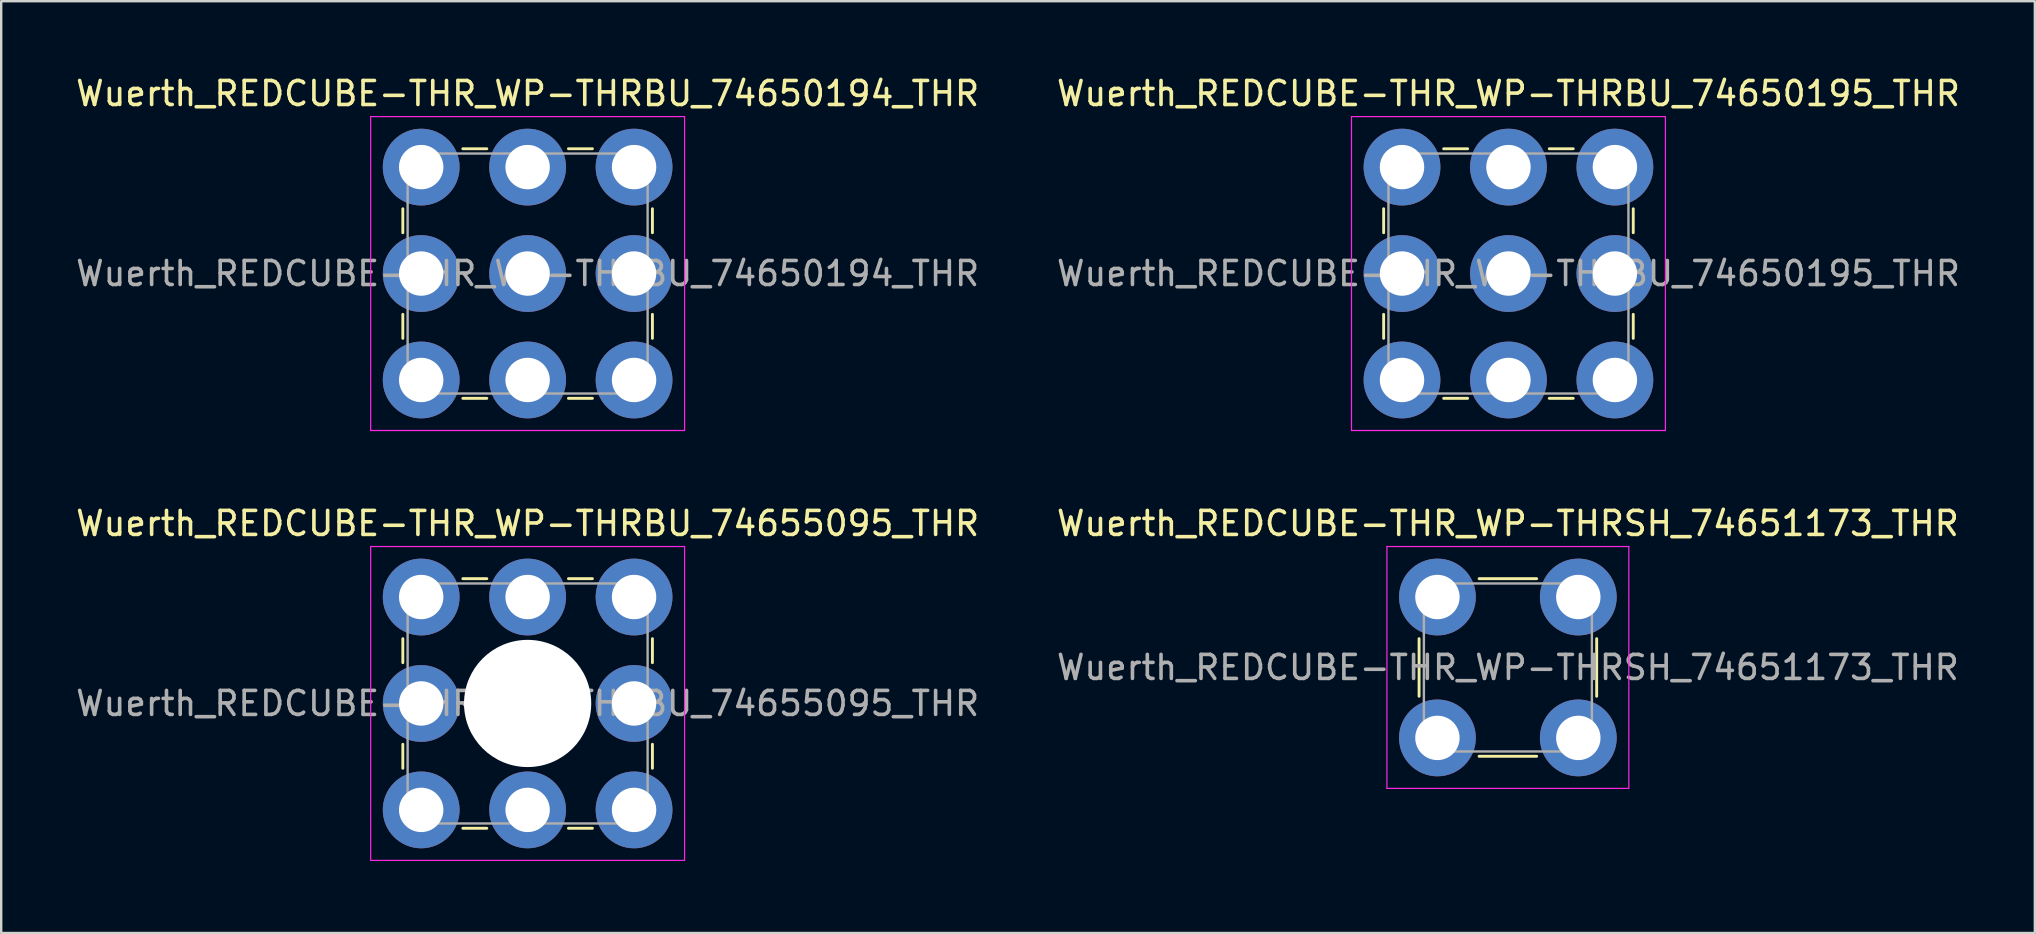
<source format=kicad_pcb>
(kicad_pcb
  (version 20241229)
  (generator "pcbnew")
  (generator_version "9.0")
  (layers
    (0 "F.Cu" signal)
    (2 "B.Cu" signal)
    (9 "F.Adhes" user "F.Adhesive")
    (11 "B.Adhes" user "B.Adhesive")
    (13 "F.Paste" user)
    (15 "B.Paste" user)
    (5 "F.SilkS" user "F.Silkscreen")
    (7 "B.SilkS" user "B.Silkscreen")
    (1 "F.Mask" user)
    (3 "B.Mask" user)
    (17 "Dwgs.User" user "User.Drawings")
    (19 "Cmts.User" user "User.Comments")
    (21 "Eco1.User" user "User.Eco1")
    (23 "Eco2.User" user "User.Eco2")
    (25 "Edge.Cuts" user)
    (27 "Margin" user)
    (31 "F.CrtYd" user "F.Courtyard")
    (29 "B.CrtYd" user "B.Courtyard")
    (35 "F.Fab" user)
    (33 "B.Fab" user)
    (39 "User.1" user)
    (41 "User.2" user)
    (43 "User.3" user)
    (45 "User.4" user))
  (footprint "Wuerth_REDCUBE-THR_WP-THRBU_74655095_THR"
    (layer "F.Cu")
    (at 18.935 26.262)
    (property "Reference" "Wuerth_REDCUBE-THR_WP-THRBU_74655095_THR" (at 0 -7.5 0) (layer "F.SilkS") (effects (font (size 1 1) (thickness 0.15))))
    (attr smd)
    (fp_line (start -5.2 -2.7) (end -5.2 -1.7) (stroke (width 0.12) (type solid)) (layer "F.SilkS"))
    (fp_line (start -5.2 1.7) (end -5.2 2.7) (stroke (width 0.12) (type solid)) (layer "F.SilkS"))
    (fp_line (start -2.7 -5.2) (end -1.7 -5.2) (stroke (width 0.12) (type solid)) (layer "F.SilkS"))
    (fp_line (start -2.7 5.2) (end -1.7 5.2) (stroke (width 0.12) (type solid)) (layer "F.SilkS"))
    (fp_line (start 1.7 -5.2) (end 2.7 -5.2) (stroke (width 0.12) (type solid)) (layer "F.SilkS"))
    (fp_line (start 1.7 5.2) (end 2.7 5.2) (stroke (width 0.12) (type solid)) (layer "F.SilkS"))
    (fp_line (start 5.2 -1.7) (end 5.2 -2.7) (stroke (width 0.12) (type solid)) (layer "F.SilkS"))
    (fp_line (start 5.2 2.7) (end 5.2 1.7) (stroke (width 0.12) (type solid)) (layer "F.SilkS"))
    (fp_line (start -6.54 -6.54) (end 6.54 -6.54) (stroke (width 0.05) (type solid)) (layer "F.CrtYd"))
    (fp_line (start -6.54 6.54) (end -6.54 -6.54) (stroke (width 0.05) (type solid)) (layer "F.CrtYd"))
    (fp_line (start 6.54 -6.54) (end 6.54 6.54) (stroke (width 0.05) (type solid)) (layer "F.CrtYd"))
    (fp_line (start 6.54 6.54) (end -6.54 6.54) (stroke (width 0.05) (type solid)) (layer "F.CrtYd"))
    (fp_line (start -5 -5) (end 5 -5) (stroke (width 0.1) (type solid)) (layer "F.Fab"))
    (fp_line (start -5 5) (end -5 -5) (stroke (width 0.1) (type solid)) (layer "F.Fab"))
    (fp_line (start 5 -5) (end 5 5) (stroke (width 0.1) (type solid)) (layer "F.Fab"))
    (fp_line (start 5 5) (end -5 5) (stroke (width 0.1) (type solid)) (layer "F.Fab"))
    (fp_text user "${REFERENCE}" (at 0 0 0) (layer "F.Fab") (effects (font (size 1 1) (thickness 0.15))))
    (pad "" smd circle (at -4.435 -4.435) (size 3.1 3.1) (layers "F.Paste"))
    (pad "" smd circle (at -4.435 0) (size 3.1 3.1) (layers "F.Paste"))
    (pad "" smd circle (at -4.435 4.435) (size 3.1 3.1) (layers "F.Paste"))
    (pad "" smd circle (at 0 -4.435) (size 3.1 3.1) (layers "F.Paste"))
    (pad "" np_thru_hole circle (at 0 0) (size 5.3 5.3) (drill 5.3) (layers "*.Cu" "*.Mask"))
    (pad "" smd circle (at 0 4.435) (size 3.1 3.1) (layers "F.Paste"))
    (pad "" smd circle (at 4.435 -4.435) (size 3.1 3.1) (layers "F.Paste"))
    (pad "" smd circle (at 4.435 0) (size 3.1 3.1) (layers "F.Paste"))
    (pad "" smd circle (at 4.435 4.435) (size 3.1 3.1) (layers "F.Paste"))
    (pad "1" thru_hole circle (at -4.435 -4.435) (size 3.2 3.2) (drill 1.85) (layers "*.Cu" "*.Mask"))
    (pad "1" thru_hole circle (at -4.435 0) (size 3.2 3.2) (drill 1.85) (layers "*.Cu" "*.Mask"))
    (pad "1" thru_hole circle (at -4.435 4.435) (size 3.2 3.2) (drill 1.85) (layers "*.Cu" "*.Mask"))
    (pad "1" thru_hole circle (at 0 -4.435) (size 3.2 3.2) (drill 1.85) (layers "*.Cu" "*.Mask"))
    (pad "1" thru_hole circle (at 0 4.435) (size 3.2 3.2) (drill 1.85) (layers "*.Cu" "*.Mask"))
    (pad "1" thru_hole circle (at 4.435 -4.435) (size 3.2 3.2) (drill 1.85) (layers "*.Cu" "*.Mask"))
    (pad "1" thru_hole circle (at 4.435 0) (size 3.2 3.2) (drill 1.85) (layers "*.Cu" "*.Mask"))
    (pad "1" thru_hole circle (at 4.435 4.435) (size 3.2 3.2) (drill 1.85) (layers "*.Cu" "*.Mask")))
  (footprint "Wuerth_REDCUBE-THR_WP-THRBU_74650195_THR"
    (layer "F.Cu")
    (at 59.804 8.348)
    (property "Reference" "Wuerth_REDCUBE-THR_WP-THRBU_74650195_THR" (at 0 -7.5 0) (layer "F.SilkS") (effects (font (size 1 1) (thickness 0.15))))
    (attr through_hole)
    (fp_line (start -5.2 -2.7) (end -5.2 -1.7) (stroke (width 0.12) (type solid)) (layer "F.SilkS"))
    (fp_line (start -5.2 1.7) (end -5.2 2.7) (stroke (width 0.12) (type solid)) (layer "F.SilkS"))
    (fp_line (start -2.7 -5.2) (end -1.7 -5.2) (stroke (width 0.12) (type solid)) (layer "F.SilkS"))
    (fp_line (start -2.7 5.2) (end -1.7 5.2) (stroke (width 0.12) (type solid)) (layer "F.SilkS"))
    (fp_line (start 1.7 -5.2) (end 2.7 -5.2) (stroke (width 0.12) (type solid)) (layer "F.SilkS"))
    (fp_line (start 1.7 5.2) (end 2.7 5.2) (stroke (width 0.12) (type solid)) (layer "F.SilkS"))
    (fp_line (start 5.2 -1.7) (end 5.2 -2.7) (stroke (width 0.12) (type solid)) (layer "F.SilkS"))
    (fp_line (start 5.2 2.7) (end 5.2 1.7) (stroke (width 0.12) (type solid)) (layer "F.SilkS"))
    (fp_line (start -6.54 -6.54) (end 6.54 -6.54) (stroke (width 0.05) (type solid)) (layer "F.CrtYd"))
    (fp_line (start -6.54 6.54) (end -6.54 -6.54) (stroke (width 0.05) (type solid)) (layer "F.CrtYd"))
    (fp_line (start 6.54 -6.54) (end 6.54 6.54) (stroke (width 0.05) (type solid)) (layer "F.CrtYd"))
    (fp_line (start 6.54 6.54) (end -6.54 6.54) (stroke (width 0.05) (type solid)) (layer "F.CrtYd"))
    (fp_line (start -5 -5) (end 5 -5) (stroke (width 0.1) (type solid)) (layer "F.Fab"))
    (fp_line (start -5 5) (end -5 -5) (stroke (width 0.1) (type solid)) (layer "F.Fab"))
    (fp_line (start 5 -5) (end 5 5) (stroke (width 0.1) (type solid)) (layer "F.Fab"))
    (fp_line (start 5 5) (end -5 5) (stroke (width 0.1) (type solid)) (layer "F.Fab"))
    (fp_text user "${REFERENCE}" (at 0 0 0) (layer "F.Fab") (effects (font (size 1 1) (thickness 0.15))))
    (pad "" smd circle (at -4.435 -4.435) (size 3.1 3.1) (layers "F.Paste"))
    (pad "" smd circle (at -4.435 0) (size 3.1 3.1) (layers "F.Paste"))
    (pad "" smd circle (at -4.435 4.435) (size 3.1 3.1) (layers "F.Paste"))
    (pad "" smd circle (at 0 -4.435) (size 3.1 3.1) (layers "F.Paste"))
    (pad "" smd circle (at 0 0) (size 3.1 3.1) (layers "F.Paste"))
    (pad "" smd circle (at 0 4.435) (size 3.1 3.1) (layers "F.Paste"))
    (pad "" smd circle (at 4.435 -4.435) (size 3.1 3.1) (layers "F.Paste"))
    (pad "" smd circle (at 4.435 0) (size 3.1 3.1) (layers "F.Paste"))
    (pad "" smd circle (at 4.435 4.435) (size 3.1 3.1) (layers "F.Paste"))
    (pad "1" thru_hole circle (at -4.435 -4.435) (size 3.2 3.2) (drill 1.85) (layers "*.Cu" "*.Mask"))
    (pad "1" thru_hole circle (at -4.435 0) (size 3.2 3.2) (drill 1.85) (layers "*.Cu" "*.Mask"))
    (pad "1" thru_hole circle (at -4.435 4.435) (size 3.2 3.2) (drill 1.85) (layers "*.Cu" "*.Mask"))
    (pad "1" thru_hole circle (at 0 -4.435) (size 3.2 3.2) (drill 1.85) (layers "*.Cu" "*.Mask"))
    (pad "1" thru_hole circle (at 0 0) (size 3.2 3.2) (drill 1.85) (layers "*.Cu" "*.Mask"))
    (pad "1" thru_hole circle (at 0 4.435) (size 3.2 3.2) (drill 1.85) (layers "*.Cu" "*.Mask"))
    (pad "1" thru_hole circle (at 4.435 -4.435) (size 3.2 3.2) (drill 1.85) (layers "*.Cu" "*.Mask"))
    (pad "1" thru_hole circle (at 4.435 0) (size 3.2 3.2) (drill 1.85) (layers "*.Cu" "*.Mask"))
    (pad "1" thru_hole circle (at 4.435 4.435) (size 3.2 3.2) (drill 1.85) (layers "*.Cu" "*.Mask")))
  (footprint "Wuerth_REDCUBE-THR_WP-THRSH_74651173_THR"
    (layer "F.Cu")
    (at 59.78 24.762)
    (property "Reference" "Wuerth_REDCUBE-THR_WP-THRSH_74651173_THR" (at 0 -6 0) (layer "F.SilkS") (effects (font (size 1 1) (thickness 0.15))))
    (attr smd)
    (fp_line (start -3.7 1.2) (end -3.7 -1.2) (stroke (width 0.12) (type solid)) (layer "F.SilkS"))
    (fp_line (start -1.2 -3.7) (end 1.2 -3.7) (stroke (width 0.12) (type solid)) (layer "F.SilkS"))
    (fp_line (start 1.2 3.7) (end -1.2 3.7) (stroke (width 0.12) (type solid)) (layer "F.SilkS"))
    (fp_line (start 3.7 -1.2) (end 3.7 1.2) (stroke (width 0.12) (type solid)) (layer "F.SilkS"))
    (fp_line (start -5.04 -5.04) (end 5.04 -5.04) (stroke (width 0.05) (type solid)) (layer "F.CrtYd"))
    (fp_line (start -5.04 5.04) (end -5.04 -5.04) (stroke (width 0.05) (type solid)) (layer "F.CrtYd"))
    (fp_line (start 5.04 -5.04) (end 5.04 5.04) (stroke (width 0.05) (type solid)) (layer "F.CrtYd"))
    (fp_line (start 5.04 5.04) (end -5.04 5.04) (stroke (width 0.05) (type solid)) (layer "F.CrtYd"))
    (fp_line (start -3.5 -3.5) (end 3.5 -3.5) (stroke (width 0.1) (type solid)) (layer "F.Fab"))
    (fp_line (start -3.5 3.5) (end -3.5 -3.5) (stroke (width 0.1) (type solid)) (layer "F.Fab"))
    (fp_line (start 3.5 -3.5) (end 3.5 3.5) (stroke (width 0.1) (type solid)) (layer "F.Fab"))
    (fp_line (start 3.5 3.5) (end -3.5 3.5) (stroke (width 0.1) (type solid)) (layer "F.Fab"))
    (fp_text user "${REFERENCE}" (at 0 0 0) (layer "F.Fab") (effects (font (size 1 1) (thickness 0.15))))
    (pad "" smd circle (at -2.935 -2.935) (size 3.1 3.1) (layers "F.Paste"))
    (pad "" smd circle (at -2.935 2.935) (size 3.1 3.1) (layers "F.Paste"))
    (pad "" smd circle (at 2.935 -2.935) (size 3.1 3.1) (layers "F.Paste"))
    (pad "" smd circle (at 2.935 2.935) (size 3.1 3.1) (layers "F.Paste"))
    (pad "1" thru_hole circle (at -2.935 -2.935) (size 3.2 3.2) (drill 1.85) (layers "*.Cu" "*.Mask"))
    (pad "1" thru_hole circle (at -2.935 2.935) (size 3.2 3.2) (drill 1.85) (layers "*.Cu" "*.Mask"))
    (pad "1" thru_hole circle (at 2.935 -2.935) (size 3.2 3.2) (drill 1.85) (layers "*.Cu" "*.Mask"))
    (pad "1" thru_hole circle (at 2.935 2.935) (size 3.2 3.2) (drill 1.85) (layers "*.Cu" "*.Mask")))
  (footprint "Wuerth_REDCUBE-THR_WP-THRBU_74650194_THR"
    (layer "F.Cu")
    (at 18.935 8.348)
    (property "Reference" "Wuerth_REDCUBE-THR_WP-THRBU_74650194_THR" (at 0 -7.5 0) (layer "F.SilkS") (effects (font (size 1 1) (thickness 0.15))))
    (attr smd)
    (fp_line (start -5.2 -2.7) (end -5.2 -1.7) (stroke (width 0.12) (type solid)) (layer "F.SilkS"))
    (fp_line (start -5.2 1.7) (end -5.2 2.7) (stroke (width 0.12) (type solid)) (layer "F.SilkS"))
    (fp_line (start -2.7 -5.2) (end -1.7 -5.2) (stroke (width 0.12) (type solid)) (layer "F.SilkS"))
    (fp_line (start -2.7 5.2) (end -1.7 5.2) (stroke (width 0.12) (type solid)) (layer "F.SilkS"))
    (fp_line (start 1.7 -5.2) (end 2.7 -5.2) (stroke (width 0.12) (type solid)) (layer "F.SilkS"))
    (fp_line (start 1.7 5.2) (end 2.7 5.2) (stroke (width 0.12) (type solid)) (layer "F.SilkS"))
    (fp_line (start 5.2 -1.7) (end 5.2 -2.7) (stroke (width 0.12) (type solid)) (layer "F.SilkS"))
    (fp_line (start 5.2 2.7) (end 5.2 1.7) (stroke (width 0.12) (type solid)) (layer "F.SilkS"))
    (fp_line (start -6.54 -6.54) (end 6.54 -6.54) (stroke (width 0.05) (type solid)) (layer "F.CrtYd"))
    (fp_line (start -6.54 6.54) (end -6.54 -6.54) (stroke (width 0.05) (type solid)) (layer "F.CrtYd"))
    (fp_line (start 6.54 -6.54) (end 6.54 6.54) (stroke (width 0.05) (type solid)) (layer "F.CrtYd"))
    (fp_line (start 6.54 6.54) (end -6.54 6.54) (stroke (width 0.05) (type solid)) (layer "F.CrtYd"))
    (fp_line (start -5 -5) (end 5 -5) (stroke (width 0.1) (type solid)) (layer "F.Fab"))
    (fp_line (start -5 5) (end -5 -5) (stroke (width 0.1) (type solid)) (layer "F.Fab"))
    (fp_line (start 5 -5) (end 5 5) (stroke (width 0.1) (type solid)) (layer "F.Fab"))
    (fp_line (start 5 5) (end -5 5) (stroke (width 0.1) (type solid)) (layer "F.Fab"))
    (fp_text user "${REFERENCE}" (at 0 0 0) (layer "F.Fab") (effects (font (size 1 1) (thickness 0.15))))
    (pad "" smd circle (at -4.435 -4.435) (size 3.1 3.1) (layers "F.Paste"))
    (pad "" smd circle (at -4.435 0) (size 3.1 3.1) (layers "F.Paste"))
    (pad "" smd circle (at -4.435 4.435) (size 3.1 3.1) (layers "F.Paste"))
    (pad "" smd circle (at 0 -4.435) (size 3.1 3.1) (layers "F.Paste"))
    (pad "" smd circle (at 0 0) (size 3.1 3.1) (layers "F.Paste"))
    (pad "" smd circle (at 0 4.435) (size 3.1 3.1) (layers "F.Paste"))
    (pad "" smd circle (at 4.435 -4.435) (size 3.1 3.1) (layers "F.Paste"))
    (pad "" smd circle (at 4.435 0) (size 3.1 3.1) (layers "F.Paste"))
    (pad "" smd circle (at 4.435 4.435) (size 3.1 3.1) (layers "F.Paste"))
    (pad "1" thru_hole circle (at -4.435 -4.435) (size 3.2 3.2) (drill 1.85) (layers "*.Cu" "*.Mask"))
    (pad "1" thru_hole circle (at -4.435 0) (size 3.2 3.2) (drill 1.85) (layers "*.Cu" "*.Mask"))
    (pad "1" thru_hole circle (at -4.435 4.435) (size 3.2 3.2) (drill 1.85) (layers "*.Cu" "*.Mask"))
    (pad "1" thru_hole circle (at 0 -4.435) (size 3.2 3.2) (drill 1.85) (layers "*.Cu" "*.Mask"))
    (pad "1" thru_hole circle (at 0 0) (size 3.2 3.2) (drill 1.85) (layers "*.Cu" "*.Mask"))
    (pad "1" thru_hole circle (at 0 4.435) (size 3.2 3.2) (drill 1.85) (layers "*.Cu" "*.Mask"))
    (pad "1" thru_hole circle (at 4.435 -4.435) (size 3.2 3.2) (drill 1.85) (layers "*.Cu" "*.Mask"))
    (pad "1" thru_hole circle (at 4.435 0) (size 3.2 3.2) (drill 1.85) (layers "*.Cu" "*.Mask"))
    (pad "1" thru_hole circle (at 4.435 4.435) (size 3.2 3.2) (drill 1.85) (layers "*.Cu" "*.Mask")))
  (gr_rect
    (start -3 -3)
    (end 81.738 35.827)
    (stroke (width 0.1) (type default))
    (fill no)
    (layer "Edge.Cuts")))
</source>
